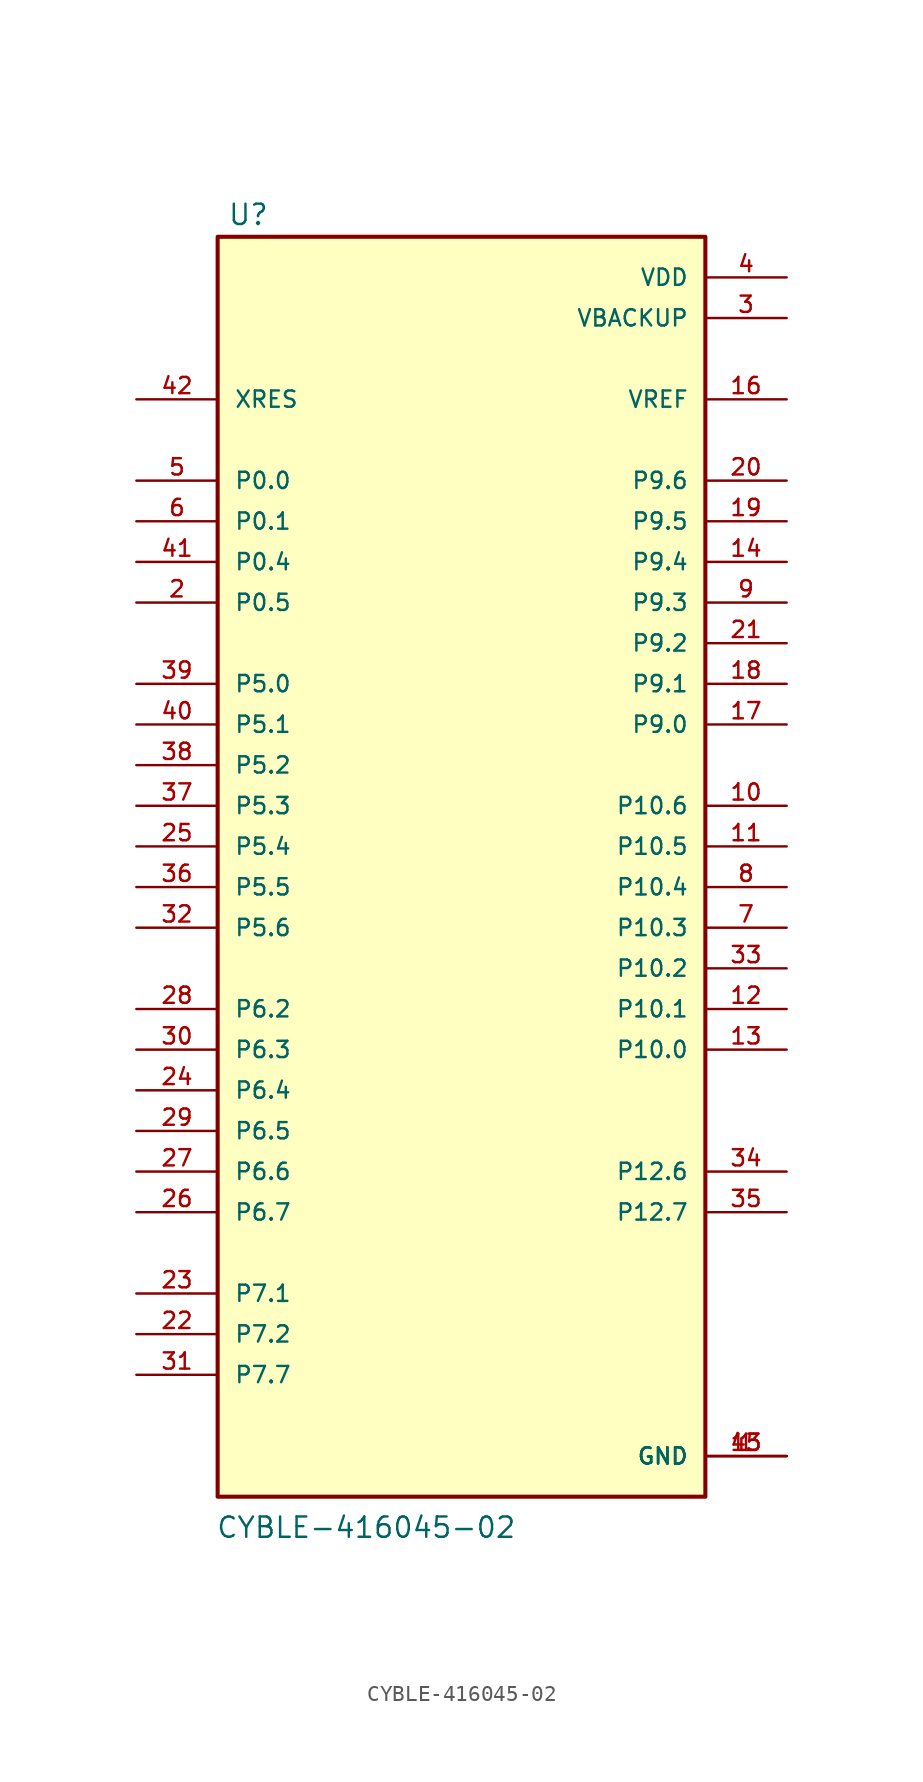
<source format=kicad_sym>
(kicad_symbol_lib
  (version 20211014)
  (generator kicad_symbol_editor)
  (symbol "CYBLE-416045-02"
    (pin_names
      (offset 1.016))
    (property "Reference" "U"
      (at -14.63 38.735 0)
      (effects (font (size 1.27 1.27)) (justify left bottom)))
    (property "Value" "CYBLE-416045-02"
      (at -15.367 -43.307 0)
      (effects (font (size 1.27 1.27)) (justify left bottom)))
    (property "ki_locked" ""
      (at 0 0 0)
      (effects (font (size 1.27 1.27))))
    (symbol "CYBLE-416045-02_0_0"
      (rectangle (start -15.24 -40.64) (end 15.24 38.1) (stroke (width 0.254) (type default) (color 0 0 0 0)) (fill (type background)))
      (pin power_in line (at 20.32 -38.1 180) (length 5.08) (name "GND" (effects (font (size 1.016 1.016)))) (number "1" (effects (font (size 1.016 1.016)))))
      (pin bidirectional line (at 20.32 2.54 180) (length 5.08) (name "P10.6" (effects (font (size 1.016 1.016)))) (number "10" (effects (font (size 1.016 1.016)))))
      (pin bidirectional line (at 20.32 0 180) (length 5.08) (name "P10.5" (effects (font (size 1.016 1.016)))) (number "11" (effects (font (size 1.016 1.016)))))
      (pin bidirectional line (at 20.32 -10.16 180) (length 5.08) (name "P10.1" (effects (font (size 1.016 1.016)))) (number "12" (effects (font (size 1.016 1.016)))))
      (pin bidirectional line (at 20.32 -12.7 180) (length 5.08) (name "P10.0" (effects (font (size 1.016 1.016)))) (number "13" (effects (font (size 1.016 1.016)))))
      (pin bidirectional line (at 20.32 17.78 180) (length 5.08) (name "P9.4" (effects (font (size 1.016 1.016)))) (number "14" (effects (font (size 1.016 1.016)))))
      (pin power_in line (at 20.32 -38.1 180) (length 5.08) (name "GND" (effects (font (size 1.016 1.016)))) (number "15" (effects (font (size 1.016 1.016)))))
      (pin bidirectional line (at 20.32 27.94 180) (length 5.08) (name "VREF" (effects (font (size 1.016 1.016)))) (number "16" (effects (font (size 1.016 1.016)))))
      (pin bidirectional line (at 20.32 7.62 180) (length 5.08) (name "P9.0" (effects (font (size 1.016 1.016)))) (number "17" (effects (font (size 1.016 1.016)))))
      (pin bidirectional line (at 20.32 10.16 180) (length 5.08) (name "P9.1" (effects (font (size 1.016 1.016)))) (number "18" (effects (font (size 1.016 1.016)))))
      (pin bidirectional line (at 20.32 20.32 180) (length 5.08) (name "P9.5" (effects (font (size 1.016 1.016)))) (number "19" (effects (font (size 1.016 1.016)))))
      (pin bidirectional line (at -20.32 15.24 0) (length 5.08) (name "P0.5" (effects (font (size 1.016 1.016)))) (number "2" (effects (font (size 1.016 1.016)))))
      (pin bidirectional line (at 20.32 22.86 180) (length 5.08) (name "P9.6" (effects (font (size 1.016 1.016)))) (number "20" (effects (font (size 1.016 1.016)))))
      (pin bidirectional line (at 20.32 12.7 180) (length 5.08) (name "P9.2" (effects (font (size 1.016 1.016)))) (number "21" (effects (font (size 1.016 1.016)))))
      (pin bidirectional line (at -20.32 -30.48 0) (length 5.08) (name "P7.2" (effects (font (size 1.016 1.016)))) (number "22" (effects (font (size 1.016 1.016)))))
      (pin bidirectional line (at -20.32 -27.94 0) (length 5.08) (name "P7.1" (effects (font (size 1.016 1.016)))) (number "23" (effects (font (size 1.016 1.016)))))
      (pin bidirectional line (at -20.32 -15.24 0) (length 5.08) (name "P6.4" (effects (font (size 1.016 1.016)))) (number "24" (effects (font (size 1.016 1.016)))))
      (pin bidirectional line (at -20.32 0 0) (length 5.08) (name "P5.4" (effects (font (size 1.016 1.016)))) (number "25" (effects (font (size 1.016 1.016)))))
      (pin bidirectional line (at -20.32 -22.86 0) (length 5.08) (name "P6.7" (effects (font (size 1.016 1.016)))) (number "26" (effects (font (size 1.016 1.016)))))
      (pin bidirectional line (at -20.32 -20.32 0) (length 5.08) (name "P6.6" (effects (font (size 1.016 1.016)))) (number "27" (effects (font (size 1.016 1.016)))))
      (pin bidirectional line (at -20.32 -10.16 0) (length 5.08) (name "P6.2" (effects (font (size 1.016 1.016)))) (number "28" (effects (font (size 1.016 1.016)))))
      (pin bidirectional line (at -20.32 -17.78 0) (length 5.08) (name "P6.5" (effects (font (size 1.016 1.016)))) (number "29" (effects (font (size 1.016 1.016)))))
      (pin power_in line (at 20.32 33.02 180) (length 5.08) (name "VBACKUP" (effects (font (size 1.016 1.016)))) (number "3" (effects (font (size 1.016 1.016)))))
      (pin bidirectional line (at -20.32 -12.7 0) (length 5.08) (name "P6.3" (effects (font (size 1.016 1.016)))) (number "30" (effects (font (size 1.016 1.016)))))
      (pin bidirectional line (at -20.32 -33.02 0) (length 5.08) (name "P7.7" (effects (font (size 1.016 1.016)))) (number "31" (effects (font (size 1.016 1.016)))))
      (pin bidirectional line (at -20.32 -5.08 0) (length 5.08) (name "P5.6" (effects (font (size 1.016 1.016)))) (number "32" (effects (font (size 1.016 1.016)))))
      (pin bidirectional line (at 20.32 -7.62 180) (length 5.08) (name "P10.2" (effects (font (size 1.016 1.016)))) (number "33" (effects (font (size 1.016 1.016)))))
      (pin bidirectional line (at 20.32 -20.32 180) (length 5.08) (name "P12.6" (effects (font (size 1.016 1.016)))) (number "34" (effects (font (size 1.016 1.016)))))
      (pin bidirectional line (at 20.32 -22.86 180) (length 5.08) (name "P12.7" (effects (font (size 1.016 1.016)))) (number "35" (effects (font (size 1.016 1.016)))))
      (pin bidirectional line (at -20.32 -2.54 0) (length 5.08) (name "P5.5" (effects (font (size 1.016 1.016)))) (number "36" (effects (font (size 1.016 1.016)))))
      (pin bidirectional line (at -20.32 2.54 0) (length 5.08) (name "P5.3" (effects (font (size 1.016 1.016)))) (number "37" (effects (font (size 1.016 1.016)))))
      (pin bidirectional line (at -20.32 5.08 0) (length 5.08) (name "P5.2" (effects (font (size 1.016 1.016)))) (number "38" (effects (font (size 1.016 1.016)))))
      (pin bidirectional line (at -20.32 10.16 0) (length 5.08) (name "P5.0" (effects (font (size 1.016 1.016)))) (number "39" (effects (font (size 1.016 1.016)))))
      (pin power_in line (at 20.32 35.56 180) (length 5.08) (name "VDD" (effects (font (size 1.016 1.016)))) (number "4" (effects (font (size 1.016 1.016)))))
      (pin bidirectional line (at -20.32 7.62 0) (length 5.08) (name "P5.1" (effects (font (size 1.016 1.016)))) (number "40" (effects (font (size 1.016 1.016)))))
      (pin bidirectional line (at -20.32 17.78 0) (length 5.08) (name "P0.4" (effects (font (size 1.016 1.016)))) (number "41" (effects (font (size 1.016 1.016)))))
      (pin input line (at -20.32 27.94 0) (length 5.08) (name "XRES" (effects (font (size 1.016 1.016)))) (number "42" (effects (font (size 1.016 1.016)))))
      (pin power_in line (at 20.32 -38.1 180) (length 5.08) (name "GND" (effects (font (size 1.016 1.016)))) (number "43" (effects (font (size 1.016 1.016)))))
      (pin bidirectional line (at -20.32 22.86 0) (length 5.08) (name "P0.0" (effects (font (size 1.016 1.016)))) (number "5" (effects (font (size 1.016 1.016)))))
      (pin bidirectional line (at -20.32 20.32 0) (length 5.08) (name "P0.1" (effects (font (size 1.016 1.016)))) (number "6" (effects (font (size 1.016 1.016)))))
      (pin bidirectional line (at 20.32 -5.08 180) (length 5.08) (name "P10.3" (effects (font (size 1.016 1.016)))) (number "7" (effects (font (size 1.016 1.016)))))
      (pin bidirectional line (at 20.32 -2.54 180) (length 5.08) (name "P10.4" (effects (font (size 1.016 1.016)))) (number "8" (effects (font (size 1.016 1.016)))))
      (pin bidirectional line (at 20.32 15.24 180) (length 5.08) (name "P9.3" (effects (font (size 1.016 1.016)))) (number "9" (effects (font (size 1.016 1.016))))))))
</source>
